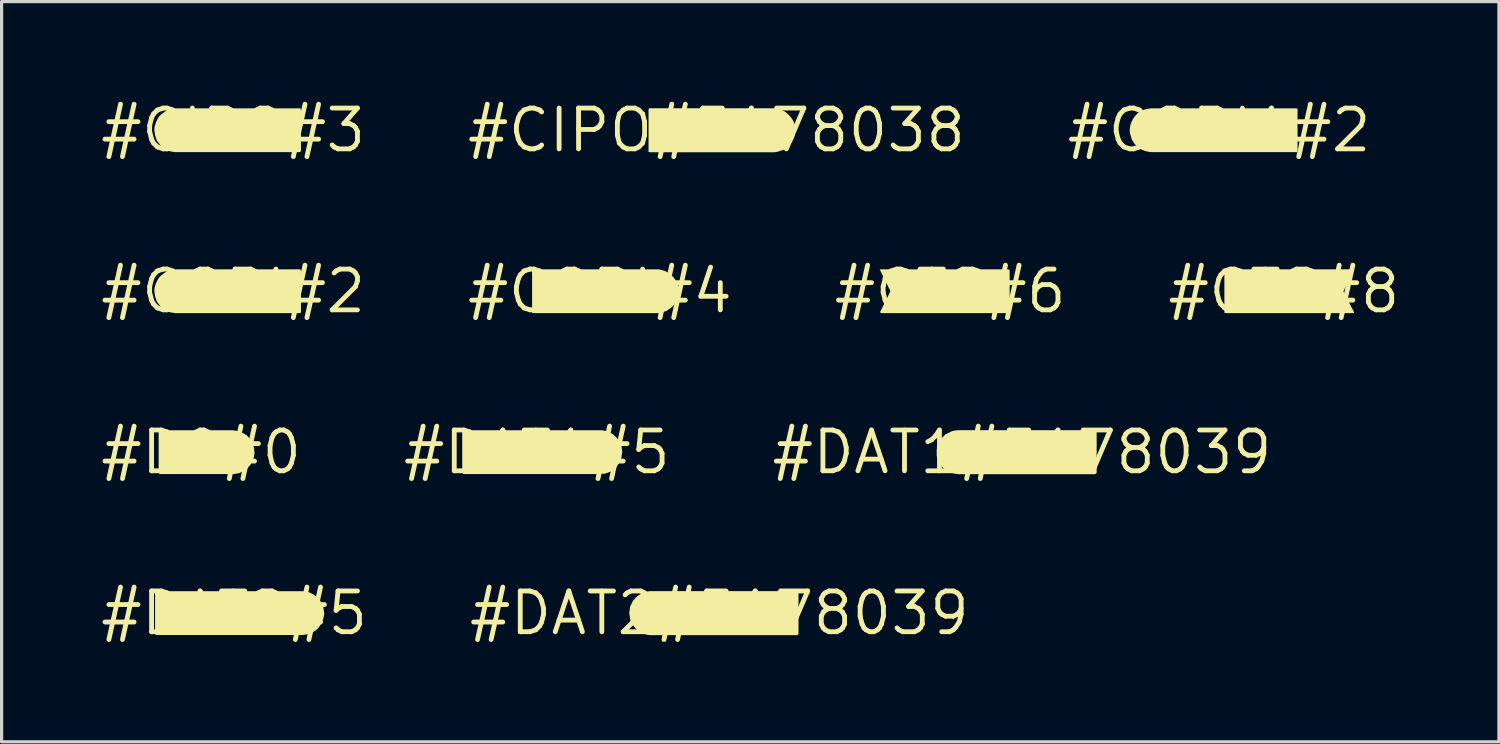
<source format=kicad_pcb>
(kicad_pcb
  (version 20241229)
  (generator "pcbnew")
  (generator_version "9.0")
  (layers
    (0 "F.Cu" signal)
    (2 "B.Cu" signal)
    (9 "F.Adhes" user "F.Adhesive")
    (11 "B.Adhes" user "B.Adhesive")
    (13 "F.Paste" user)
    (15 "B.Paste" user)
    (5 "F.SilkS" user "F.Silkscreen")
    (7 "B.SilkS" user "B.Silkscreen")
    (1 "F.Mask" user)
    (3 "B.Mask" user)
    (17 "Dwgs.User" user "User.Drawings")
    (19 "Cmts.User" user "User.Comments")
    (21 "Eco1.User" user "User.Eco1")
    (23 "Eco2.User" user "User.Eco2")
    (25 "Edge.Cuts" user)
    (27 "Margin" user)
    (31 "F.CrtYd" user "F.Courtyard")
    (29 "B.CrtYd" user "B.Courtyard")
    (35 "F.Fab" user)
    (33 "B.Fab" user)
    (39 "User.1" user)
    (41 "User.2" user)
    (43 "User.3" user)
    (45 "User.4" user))
  (footprint "#COPI1#2"
    (layer "F.Cu")
    (at 34.914 1.006)
    (property "Reference" "#COPI1#2" (at 0 0 0) (layer "F.SilkS") (effects (font (size 1.27 1.27) (thickness 0.15))))
    (fp_poly (pts (xy 2.442 -0.672) (xy 2.442 0.61) (xy 2.432 0.682) (xy -2.11 0.682) (xy -2.18 0.672) (xy -2.241 0.662) (xy -2.311 0.642) (xy -2.371 0.622) (xy -2.431 0.592) (xy -2.491 0.552) (xy -2.542 0.512) (xy -2.592 0.472) (xy -2.642 0.411) (xy -2.672 0.361) (xy -2.712 0.301) (xy -2.732 0.241) (xy -2.752 0.171) (xy -2.772 0.111) (xy -2.783 0.04) (xy -2.783 -0.03) (xy -2.772 -0.1) (xy -2.762 -0.161) (xy -2.742 -0.231) (xy -2.712 -0.291) (xy -2.682 -0.351) (xy -2.642 -0.411) (xy -2.602 -0.462) (xy -2.552 -0.512) (xy -2.501 -0.552) (xy -2.441 -0.592) (xy -2.381 -0.622) (xy -2.321 -0.642) (xy -2.251 -0.662) (xy -2.19 -0.672) (xy -2.12 -0.682) (xy 2.37 -0.682)) (stroke (width 0) (type solid)) (fill yes) (layer "F.SilkS")))
  (footprint "#D0#0"
    (layer "F.Cu")
    (at 3.213 11.031)
    (property "Reference" "#D0#0" (at 0 0 0) (layer "F.SilkS") (effects (font (size 1.27 1.27) (thickness 0.15))))
    (fp_poly (pts (xy 1.05 -0.672) (xy 1.12 -0.662) (xy 1.181 -0.652) (xy 1.241 -0.622) (xy 1.311 -0.592) (xy 1.361 -0.562) (xy 1.422 -0.522) (xy 1.472 -0.472) (xy 1.512 -0.421) (xy 1.552 -0.361) (xy 1.582 -0.311) (xy 1.612 -0.241) (xy 1.632 -0.181) (xy 1.653 -0.11) (xy 1.653 -0.05) (xy 1.663 0.02) (xy 1.652 0.09) (xy 1.642 0.151) (xy 1.622 0.221) (xy 1.562 0.341) (xy 1.532 0.401) (xy 1.482 0.452) (xy 1.442 0.502) (xy 1.381 0.542) (xy 1.331 0.582) (xy 1.271 0.612) (xy 1.211 0.642) (xy 1.141 0.662) (xy 1.07 0.672) (xy 1.01 0.682) (xy -1.291 0.682) (xy -1.323 0.641) (xy -1.323 -0.651) (xy -1.281 -0.682) (xy 0.98 -0.682)) (stroke (width 0) (type solid)) (fill yes) (layer "F.SilkS")))
  (footprint "#DAT2#5"
    (layer "F.Cu")
    (at 4.241 16.043)
    (property "Reference" "#DAT2#5" (at 0 0 0) (layer "F.SilkS") (effects (font (size 1.27 1.27) (thickness 0.15))))
    (fp_poly (pts (xy 2.21 -0.672) (xy 2.281 -0.662) (xy 2.351 -0.642) (xy 2.411 -0.612) (xy 2.471 -0.582) (xy 2.521 -0.542) (xy 2.582 -0.502) (xy 2.622 -0.452) (xy 2.672 -0.401) (xy 2.702 -0.341) (xy 2.742 -0.281) (xy 2.762 -0.221) (xy 2.782 -0.161) (xy 2.792 -0.09) (xy 2.803 -0.02) (xy 2.803 0.05) (xy 2.792 0.111) (xy 2.772 0.181) (xy 2.752 0.241) (xy 2.722 0.311) (xy 2.692 0.361) (xy 2.652 0.421) (xy 2.612 0.472) (xy 2.562 0.522) (xy 2.501 0.562) (xy 2.451 0.592) (xy 2.391 0.622) (xy 2.321 0.652) (xy 2.26 0.662) (xy 2.19 0.672) (xy 2.12 0.682) (xy -2.421 0.682) (xy -2.462 0.651) (xy -2.462 -0.631) (xy -2.431 -0.682) (xy 2.15 -0.682)) (stroke (width 0) (type solid)) (fill yes) (layer "F.SilkS")))
  (footprint "#DAT1#5178039"
    (layer "F.Cu")
    (at 28.775 11.031)
    (property "Reference" "#DAT1#5178039" (at 0 0 0) (layer "F.SilkS") (effects (font (size 1.27 1.27) (thickness 0.15))))
    (fp_poly (pts (xy 2.325 -0.642) (xy 2.325 0.652) (xy 2.282 0.685) (xy -1.917 0.685) (xy -1.917 0.684) (xy -1.917 0.685) (xy -1.98 0.685) (xy -2.051 0.675) (xy -2.121 0.665) (xy -2.181 0.655) (xy -2.252 0.625) (xy -2.312 0.594) (xy -2.363 0.564) (xy -2.423 0.514) (xy -2.474 0.474) (xy -2.514 0.423) (xy -2.554 0.363) (xy -2.615 0.242) (xy -2.635 0.181) (xy -2.655 0.111) (xy -2.655 -0.09) (xy -2.645 -0.161) (xy -2.625 -0.222) (xy -2.595 -0.292) (xy -2.564 -0.353) (xy -2.524 -0.403) (xy -2.484 -0.453) (xy -2.434 -0.504) (xy -2.383 -0.554) (xy -2.202 -0.645) (xy -2.141 -0.665) (xy -2.071 -0.675) (xy -2 -0.685) (xy 2.292 -0.685)) (stroke (width 0) (type solid)) (fill yes) (layer "F.SilkS")))
  (footprint "#DAT2#5178039"
    (layer "F.Cu")
    (at 19.35 16.043)
    (property "Reference" "#DAT2#5178039" (at 0 0 0) (layer "F.SilkS") (effects (font (size 1.27 1.27) (thickness 0.15))))
    (fp_poly (pts (xy 2.465 -0.652) (xy 2.465 0.642) (xy 2.433 0.685) (xy -2.17 0.685) (xy -2.241 0.675) (xy -2.311 0.655) (xy -2.372 0.635) (xy -2.493 0.574) (xy -2.553 0.534) (xy -2.604 0.483) (xy -2.644 0.433) (xy -2.684 0.383) (xy -2.724 0.323) (xy -2.755 0.262) (xy -2.775 0.201) (xy -2.785 0.131) (xy -2.795 0.061) (xy -2.805 -0.01) (xy -2.795 -0.071) (xy -2.785 -0.141) (xy -2.775 -0.212) (xy -2.684 -0.393) (xy -2.634 -0.443) (xy -2.594 -0.494) (xy -2.543 -0.534) (xy -2.422 -0.615) (xy -2.362 -0.635) (xy -2.301 -0.655) (xy -2.231 -0.675) (xy -2.16 -0.685) (xy 2.422 -0.685)) (stroke (width 0) (type solid)) (fill yes) (layer "F.SilkS")))
  (footprint "#COPI#2"
    (layer "F.Cu")
    (at 4.21 6.019)
    (property "Reference" "#COPI#2" (at 0 0 0) (layer "F.SilkS") (effects (font (size 1.27 1.27) (thickness 0.15))))
    (fp_poly (pts (xy -1.769 -0.682) (xy 2.092 -0.682) (xy 2.112 -0.63) (xy 2.112 0.662) (xy 2.06 0.682) (xy -1.8 0.682) (xy -1.87 0.672) (xy -1.941 0.662) (xy -2.001 0.642) (xy -2.071 0.612) (xy -2.131 0.582) (xy -2.182 0.542) (xy -2.232 0.502) (xy -2.282 0.452) (xy -2.322 0.391) (xy -2.362 0.341) (xy -2.392 0.281) (xy -2.412 0.211) (xy -2.432 0.151) (xy -2.442 0.08) (xy -2.453 0.01) (xy -2.453 -0.05) (xy -2.442 -0.121) (xy -2.422 -0.191) (xy -2.402 -0.251) (xy -2.372 -0.311) (xy -2.342 -0.371) (xy -2.302 -0.432) (xy -2.252 -0.482) (xy -2.202 -0.522) (xy -2.151 -0.562) (xy -2.091 -0.602) (xy -2.031 -0.632) (xy -1.971 -0.652) (xy -1.9 -0.672) (xy -1.83 -0.672) (xy -1.774 -0.682) (xy -1.775 -0.682) (xy -1.77 -0.682) (xy -1.769 -0.683)) (stroke (width 0) (type solid)) (fill yes) (layer "F.SilkS")))
  (footprint "#CIPO#3"
    (layer "F.Cu")
    (at 4.21 1.006)
    (property "Reference" "#CIPO#3" (at 0 0 0) (layer "F.SilkS") (effects (font (size 1.27 1.27) (thickness 0.15))))
    (fp_poly (pts (xy -1.769 -0.682) (xy 2.092 -0.682) (xy 2.112 -0.63) (xy 2.112 0.662) (xy 2.06 0.682) (xy -1.8 0.682) (xy -1.87 0.672) (xy -1.941 0.662) (xy -2.001 0.642) (xy -2.071 0.612) (xy -2.131 0.582) (xy -2.182 0.542) (xy -2.232 0.502) (xy -2.282 0.452) (xy -2.322 0.391) (xy -2.362 0.341) (xy -2.392 0.281) (xy -2.412 0.211) (xy -2.432 0.151) (xy -2.442 0.08) (xy -2.453 0.01) (xy -2.453 -0.05) (xy -2.442 -0.121) (xy -2.422 -0.191) (xy -2.402 -0.251) (xy -2.372 -0.311) (xy -2.342 -0.371) (xy -2.302 -0.432) (xy -2.252 -0.482) (xy -2.202 -0.522) (xy -2.151 -0.562) (xy -2.091 -0.602) (xy -2.031 -0.632) (xy -1.971 -0.652) (xy -1.9 -0.672) (xy -1.83 -0.672) (xy -1.774 -0.682) (xy -1.775 -0.682) (xy -1.77 -0.682) (xy -1.769 -0.683)) (stroke (width 0) (type solid)) (fill yes) (layer "F.SilkS")))
  (footprint "#CTS#8"
    (layer "F.Cu")
    (at 36.931 6.019)
    (property "Reference" "#CTS#8" (at 0 0 0) (layer "F.SilkS") (effects (font (size 1.27 1.27) (thickness 0.15))))
    (fp_poly (pts (xy 2.183 -0.661) (xy 1.853 -0.000008) (xy 2.194 0.672) (xy 2.14 0.682) (xy -1.79 0.682) (xy -1.853 0.672) (xy -1.853 -0.682) (xy 2.141 -0.682)) (stroke (width 0) (type solid)) (fill yes) (layer "F.SilkS")))
  (footprint "#CTS#6"
    (layer "F.Cu")
    (at 26.538 6.019)
    (property "Reference" "#CTS#6" (at 0 0 0) (layer "F.SilkS") (effects (font (size 1.27 1.27) (thickness 0.15))))
    (fp_poly (pts (xy 1.853 -0.662) (xy 1.853 0.62) (xy 1.842 0.682) (xy -2.151 0.682) (xy -2.183 0.65) (xy -1.882 0.049) (xy -1.863 -0.01) (xy -2.194 -0.682) (xy 1.8 -0.682)) (stroke (width 0) (type solid)) (fill yes) (layer "F.SilkS")))
  (footprint "#COPI#4"
    (layer "F.Cu")
    (at 15.631 6.019)
    (property "Reference" "#COPI#4" (at 0 0 0) (layer "F.SilkS") (effects (font (size 1.27 1.27) (thickness 0.15))))
    (fp_poly (pts (xy 1.891 -0.672) (xy 1.951 -0.652) (xy 2.021 -0.632) (xy 2.081 -0.602) (xy 2.141 -0.572) (xy 2.192 -0.532) (xy 2.292 -0.432) (xy 2.332 -0.381) (xy 2.372 -0.321) (xy 2.402 -0.261) (xy 2.422 -0.201) (xy 2.442 -0.131) (xy 2.453 -0.06) (xy 2.453 0.000178) (xy 2.442 0.07) (xy 2.432 0.14) (xy 2.422 0.201) (xy 2.392 0.271) (xy 2.362 0.331) (xy 2.332 0.381) (xy 2.292 0.442) (xy 2.242 0.492) (xy 2.191 0.532) (xy 2.131 0.572) (xy 2.081 0.612) (xy 2.011 0.632) (xy 1.951 0.652) (xy 1.881 0.672) (xy 1.82 0.682) (xy -2.05 0.682) (xy -2.112 0.672) (xy -2.112 -0.62) (xy -2.102 -0.682) (xy 1.82 -0.682)) (stroke (width 0) (type solid)) (fill yes) (layer "F.SilkS")))
  (footprint "#CIPO#5178038"
    (layer "F.Cu")
    (at 19.26 1.006)
    (property "Reference" "#CIPO#5178038" (at 0 0 0) (layer "F.SilkS") (effects (font (size 1.27 1.27) (thickness 0.15))))
    (fp_poly (pts (xy 1.891 -0.675) (xy 1.951 -0.655) (xy 2.022 -0.635) (xy 2.143 -0.574) (xy 2.193 -0.534) (xy 2.244 -0.484) (xy 2.294 -0.433) (xy 2.334 -0.383) (xy 2.374 -0.323) (xy 2.405 -0.262) (xy 2.425 -0.201) (xy 2.445 -0.131) (xy 2.455 -0.06) (xy 2.455 0.000355) (xy 2.445 0.071) (xy 2.435 0.141) (xy 2.425 0.201) (xy 2.395 0.272) (xy 2.364 0.332) (xy 2.334 0.383) (xy 2.294 0.443) (xy 2.243 0.494) (xy 2.193 0.534) (xy 2.133 0.574) (xy 2.082 0.615) (xy 2.011 0.635) (xy 1.951 0.655) (xy 1.881 0.675) (xy 1.82 0.685) (xy -2.05 0.685) (xy -2.115 0.674) (xy -2.115 -0.62) (xy -2.104 -0.685) (xy 1.82 -0.685)) (stroke (width 0) (type solid)) (fill yes) (layer "F.SilkS")))
  (footprint "#DAT1#5"
    (layer "F.Cu")
    (at 13.666 11.031)
    (property "Reference" "#DAT1#5" (at 0 0 0) (layer "F.SilkS") (effects (font (size 1.27 1.27) (thickness 0.15))))
    (fp_poly (pts (xy 2.08 -0.672) (xy 2.151 -0.662) (xy 2.211 -0.642) (xy 2.281 -0.612) (xy 2.331 -0.582) (xy 2.392 -0.542) (xy 2.492 -0.442) (xy 2.532 -0.391) (xy 2.572 -0.331) (xy 2.602 -0.271) (xy 2.622 -0.211) (xy 2.642 -0.151) (xy 2.652 -0.08) (xy 2.663 -0.01) (xy 2.652 0.06) (xy 2.642 0.12) (xy 2.632 0.191) (xy 2.612 0.251) (xy 2.582 0.311) (xy 2.542 0.371) (xy 2.502 0.431) (xy 2.462 0.482) (xy 2.411 0.522) (xy 2.351 0.562) (xy 2.301 0.602) (xy 2.231 0.632) (xy 2.171 0.652) (xy 2.1 0.672) (xy 2.04 0.672) (xy 1.97 0.682) (xy -2.291 0.682) (xy -2.322 0.631) (xy -2.322 -0.651) (xy -2.271 -0.682) (xy 2.02 -0.682)) (stroke (width 0) (type solid)) (fill yes) (layer "F.SilkS")))
  (gr_rect
    (start -3 -3)
    (end 43.627 20.05)
    (stroke (width 0.1) (type default))
    (fill no)
    (layer "Edge.Cuts")))
</source>
